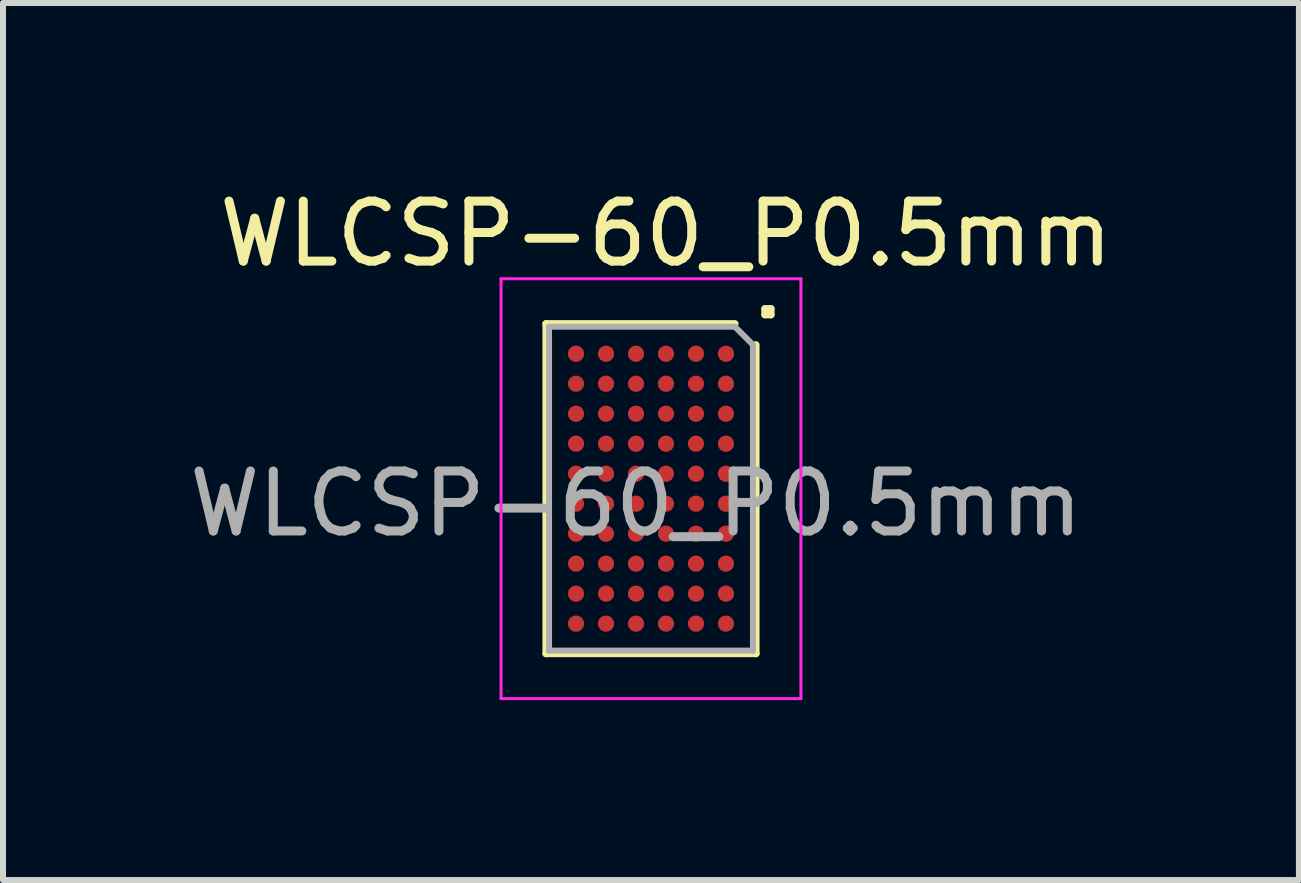
<source format=kicad_pcb>
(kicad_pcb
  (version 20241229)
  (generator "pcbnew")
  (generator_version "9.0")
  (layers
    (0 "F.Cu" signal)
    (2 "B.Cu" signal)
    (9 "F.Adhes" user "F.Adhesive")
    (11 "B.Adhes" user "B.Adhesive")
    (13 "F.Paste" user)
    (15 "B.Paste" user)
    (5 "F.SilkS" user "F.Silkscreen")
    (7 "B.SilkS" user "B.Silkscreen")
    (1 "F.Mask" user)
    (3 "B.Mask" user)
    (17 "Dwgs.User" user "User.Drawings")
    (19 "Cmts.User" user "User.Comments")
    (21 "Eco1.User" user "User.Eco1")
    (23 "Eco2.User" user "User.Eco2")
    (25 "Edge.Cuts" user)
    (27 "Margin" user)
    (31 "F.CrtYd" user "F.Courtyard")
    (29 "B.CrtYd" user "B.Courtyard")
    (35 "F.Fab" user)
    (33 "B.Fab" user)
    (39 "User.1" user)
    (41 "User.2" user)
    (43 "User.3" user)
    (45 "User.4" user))
  (footprint "WLCSP-60_P0.5mm"
    (layer "F.Cu")
    (at 7.804 5.098)
    (property "Reference" "WLCSP-60_P0.5mm" (at 0.25 -4.25 0) (layer "F.SilkS") (effects (font (size 1 1) (thickness 0.15))))
    (attr smd)
    (fp_line (start -1.75 -2.75) (end -1.75 2.75) (stroke (width 0.12) (type solid)) (layer "F.SilkS"))
    (fp_line (start -1.75 2.75) (end 1.75 2.75) (stroke (width 0.12) (type solid)) (layer "F.SilkS"))
    (fp_line (start 1.4 -2.75) (end -1.75 -2.75) (stroke (width 0.12) (type solid)) (layer "F.SilkS"))
    (fp_line (start 1.75 2.75) (end 1.75 -2.4) (stroke (width 0.12) (type solid)) (layer "F.SilkS"))
    (fp_line (start 1.9 -3) (end 1.9 -2.9) (stroke (width 0.12) (type solid)) (layer "F.SilkS"))
    (fp_line (start 1.9 -2.9) (end 2 -2.9) (stroke (width 0.12) (type solid)) (layer "F.SilkS"))
    (fp_line (start 2 -3) (end 1.9 -3) (stroke (width 0.12) (type solid)) (layer "F.SilkS"))
    (fp_line (start 2 -2.9) (end 2 -3) (stroke (width 0.12) (type solid)) (layer "F.SilkS"))
    (fp_line (start -2.5 -3.5) (end -2.5 3.5) (stroke (width 0.05) (type solid)) (layer "F.CrtYd"))
    (fp_line (start -2.5 3.5) (end 2.5 3.5) (stroke (width 0.05) (type solid)) (layer "F.CrtYd"))
    (fp_line (start 2.5 -3.5) (end -2.5 -3.5) (stroke (width 0.05) (type solid)) (layer "F.CrtYd"))
    (fp_line (start 2.5 3.5) (end 2.5 -3.5) (stroke (width 0.05) (type solid)) (layer "F.CrtYd"))
    (fp_line (start -1.7 -2.7) (end -1.7 2.7) (stroke (width 0.1) (type solid)) (layer "F.Fab"))
    (fp_line (start -1.7 2.7) (end 1.7 2.7) (stroke (width 0.1) (type solid)) (layer "F.Fab"))
    (fp_line (start 1.4 -2.7) (end -1.7 -2.7) (stroke (width 0.1) (type solid)) (layer "F.Fab"))
    (fp_line (start 1.7 -2.4) (end 1.4 -2.7) (stroke (width 0.1) (type solid)) (layer "F.Fab"))
    (fp_line (start 1.7 2.7) (end 1.7 -2.4) (stroke (width 0.1) (type solid)) (layer "F.Fab"))
    (fp_text user "${REFERENCE}" (at -0.25 0.25 0) (layer "F.Fab") (effects (font (size 1 1) (thickness 0.15))))
    (pad "A1" smd circle (at 1.25 -2.25) (size 0.27 0.27) (layers "F.Cu" "F.Mask" "F.Paste"))
    (pad "A2" smd circle (at 1.25 -1.75) (size 0.27 0.27) (layers "F.Cu" "F.Mask" "F.Paste"))
    (pad "A3" smd circle (at 1.25 -1.25) (size 0.27 0.27) (layers "F.Cu" "F.Mask" "F.Paste"))
    (pad "A4" smd circle (at 1.25 -0.75) (size 0.27 0.27) (layers "F.Cu" "F.Mask" "F.Paste"))
    (pad "A5" smd circle (at 1.25 -0.25) (size 0.27 0.27) (layers "F.Cu" "F.Mask" "F.Paste"))
    (pad "A6" smd circle (at 1.25 0.25) (size 0.27 0.27) (layers "F.Cu" "F.Mask" "F.Paste"))
    (pad "A7" smd circle (at 1.25 0.75) (size 0.27 0.27) (layers "F.Cu" "F.Mask" "F.Paste"))
    (pad "A8" smd circle (at 1.25 1.25) (size 0.27 0.27) (layers "F.Cu" "F.Mask" "F.Paste"))
    (pad "A9" smd circle (at 1.25 1.75) (size 0.27 0.27) (layers "F.Cu" "F.Mask" "F.Paste"))
    (pad "A10" smd circle (at 1.25 2.25) (size 0.27 0.27) (layers "F.Cu" "F.Mask" "F.Paste"))
    (pad "B1" smd circle (at 0.75 -2.25) (size 0.27 0.27) (layers "F.Cu" "F.Mask" "F.Paste"))
    (pad "B2" smd circle (at 0.75 -1.75) (size 0.27 0.27) (layers "F.Cu" "F.Mask" "F.Paste"))
    (pad "B3" smd circle (at 0.75 -1.25) (size 0.27 0.27) (layers "F.Cu" "F.Mask" "F.Paste"))
    (pad "B4" smd circle (at 0.75 -0.75) (size 0.27 0.27) (layers "F.Cu" "F.Mask" "F.Paste"))
    (pad "B5" smd circle (at 0.75 -0.25) (size 0.27 0.27) (layers "F.Cu" "F.Mask" "F.Paste"))
    (pad "B6" smd circle (at 0.75 0.25) (size 0.27 0.27) (layers "F.Cu" "F.Mask" "F.Paste"))
    (pad "B7" smd circle (at 0.75 0.75) (size 0.27 0.27) (layers "F.Cu" "F.Mask" "F.Paste"))
    (pad "B8" smd circle (at 0.75 1.25) (size 0.27 0.27) (layers "F.Cu" "F.Mask" "F.Paste"))
    (pad "B9" smd circle (at 0.75 1.75) (size 0.27 0.27) (layers "F.Cu" "F.Mask" "F.Paste"))
    (pad "B10" smd circle (at 0.75 2.25) (size 0.27 0.27) (layers "F.Cu" "F.Mask" "F.Paste"))
    (pad "C1" smd circle (at 0.25 -2.25) (size 0.27 0.27) (layers "F.Cu" "F.Mask" "F.Paste"))
    (pad "C2" smd circle (at 0.25 -1.75) (size 0.27 0.27) (layers "F.Cu" "F.Mask" "F.Paste"))
    (pad "C3" smd circle (at 0.25 -1.25) (size 0.27 0.27) (layers "F.Cu" "F.Mask" "F.Paste"))
    (pad "C4" smd circle (at 0.25 -0.75) (size 0.27 0.27) (layers "F.Cu" "F.Mask" "F.Paste"))
    (pad "C5" smd circle (at 0.25 -0.25) (size 0.27 0.27) (layers "F.Cu" "F.Mask" "F.Paste"))
    (pad "C6" smd circle (at 0.25 0.25) (size 0.27 0.27) (layers "F.Cu" "F.Mask" "F.Paste"))
    (pad "C7" smd circle (at 0.25 0.75) (size 0.27 0.27) (layers "F.Cu" "F.Mask" "F.Paste"))
    (pad "C8" smd circle (at 0.25 1.25) (size 0.27 0.27) (layers "F.Cu" "F.Mask" "F.Paste"))
    (pad "C9" smd circle (at 0.25 1.75) (size 0.27 0.27) (layers "F.Cu" "F.Mask" "F.Paste"))
    (pad "C10" smd circle (at 0.25 2.25) (size 0.27 0.27) (layers "F.Cu" "F.Mask" "F.Paste"))
    (pad "D1" smd circle (at -0.25 -2.25) (size 0.27 0.27) (layers "F.Cu" "F.Mask" "F.Paste"))
    (pad "D2" smd circle (at -0.25 -1.75) (size 0.27 0.27) (layers "F.Cu" "F.Mask" "F.Paste"))
    (pad "D3" smd circle (at -0.25 -1.25) (size 0.27 0.27) (layers "F.Cu" "F.Mask" "F.Paste"))
    (pad "D4" smd circle (at -0.25 -0.75) (size 0.27 0.27) (layers "F.Cu" "F.Mask" "F.Paste"))
    (pad "D5" smd circle (at -0.25 -0.25) (size 0.27 0.27) (layers "F.Cu" "F.Mask" "F.Paste"))
    (pad "D6" smd circle (at -0.25 0.25) (size 0.27 0.27) (layers "F.Cu" "F.Mask" "F.Paste"))
    (pad "D7" smd circle (at -0.25 0.75) (size 0.27 0.27) (layers "F.Cu" "F.Mask" "F.Paste"))
    (pad "D8" smd circle (at -0.25 1.25) (size 0.27 0.27) (layers "F.Cu" "F.Mask" "F.Paste"))
    (pad "D9" smd circle (at -0.25 1.75) (size 0.27 0.27) (layers "F.Cu" "F.Mask" "F.Paste"))
    (pad "D10" smd circle (at -0.25 2.25) (size 0.27 0.27) (layers "F.Cu" "F.Mask" "F.Paste"))
    (pad "E1" smd circle (at -0.75 -2.25) (size 0.27 0.27) (layers "F.Cu" "F.Mask" "F.Paste"))
    (pad "E2" smd circle (at -0.75 -1.75) (size 0.27 0.27) (layers "F.Cu" "F.Mask" "F.Paste"))
    (pad "E3" smd circle (at -0.75 -1.25) (size 0.27 0.27) (layers "F.Cu" "F.Mask" "F.Paste"))
    (pad "E4" smd circle (at -0.75 -0.75) (size 0.27 0.27) (layers "F.Cu" "F.Mask" "F.Paste"))
    (pad "E5" smd circle (at -0.75 -0.25) (size 0.27 0.27) (layers "F.Cu" "F.Mask" "F.Paste"))
    (pad "E6" smd circle (at -0.75 0.25) (size 0.27 0.27) (layers "F.Cu" "F.Mask" "F.Paste"))
    (pad "E7" smd circle (at -0.75 0.75) (size 0.27 0.27) (layers "F.Cu" "F.Mask" "F.Paste"))
    (pad "E8" smd circle (at -0.75 1.25) (size 0.27 0.27) (layers "F.Cu" "F.Mask" "F.Paste"))
    (pad "E9" smd circle (at -0.75 1.75) (size 0.27 0.27) (layers "F.Cu" "F.Mask" "F.Paste"))
    (pad "E10" smd circle (at -0.75 2.25) (size 0.27 0.27) (layers "F.Cu" "F.Mask" "F.Paste"))
    (pad "F1" smd circle (at -1.25 -2.25) (size 0.27 0.27) (layers "F.Cu" "F.Mask" "F.Paste"))
    (pad "F2" smd circle (at -1.25 -1.75) (size 0.27 0.27) (layers "F.Cu" "F.Mask" "F.Paste"))
    (pad "F3" smd circle (at -1.25 -1.25) (size 0.27 0.27) (layers "F.Cu" "F.Mask" "F.Paste"))
    (pad "F4" smd circle (at -1.25 -0.75) (size 0.27 0.27) (layers "F.Cu" "F.Mask" "F.Paste"))
    (pad "F5" smd circle (at -1.25 -0.25) (size 0.27 0.27) (layers "F.Cu" "F.Mask" "F.Paste"))
    (pad "F6" smd circle (at -1.25 0.25) (size 0.27 0.27) (layers "F.Cu" "F.Mask" "F.Paste"))
    (pad "F7" smd circle (at -1.25 0.75) (size 0.27 0.27) (layers "F.Cu" "F.Mask" "F.Paste"))
    (pad "F8" smd circle (at -1.25 1.25) (size 0.27 0.27) (layers "F.Cu" "F.Mask" "F.Paste"))
    (pad "F9" smd circle (at -1.25 1.75) (size 0.27 0.27) (layers "F.Cu" "F.Mask" "F.Paste"))
    (pad "F10" smd circle (at -1.25 2.25) (size 0.27 0.27) (layers "F.Cu" "F.Mask" "F.Paste")))
  (gr_rect
    (start -3 -3)
    (end 18.607 11.623)
    (stroke (width 0.1) (type default))
    (fill no)
    (layer "Edge.Cuts")))
</source>
